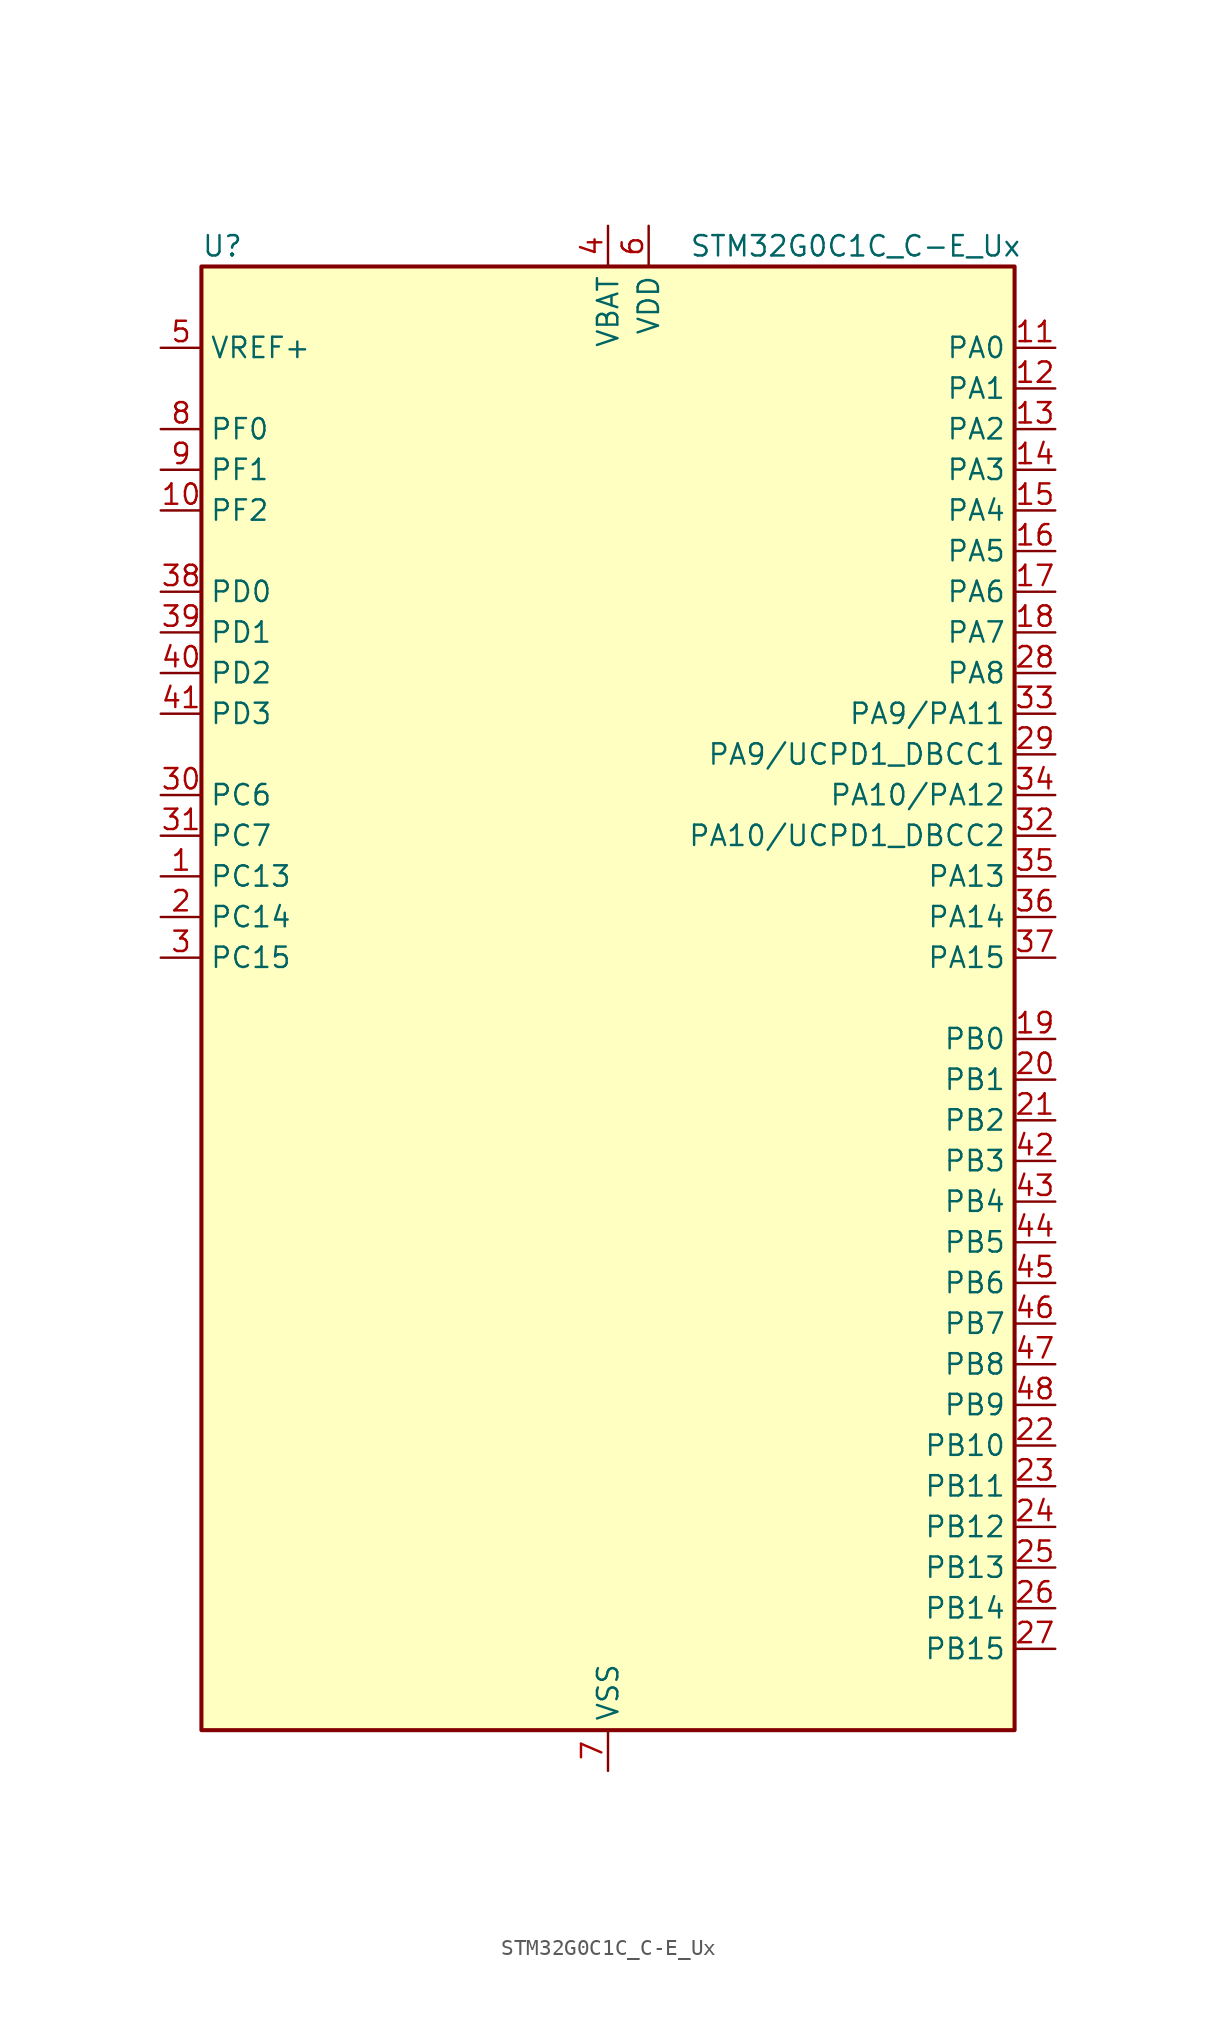
<source format=kicad_sym>
(kicad_symbol_lib
  (version 20231120)
  (generator "kicad-library-utils")
  (generator_version "8.0")
  (symbol "STM32G0C1C_C-E_Ux"
    (property "Reference" "U"
      (at -25.4 46.99 0)
      (effects (font (size 1.27 1.27)) (justify left)))
    (property "Value" "STM32G0C1C_C-E_Ux"
      (at 5.08 46.99 0)
      (effects (font (size 1.27 1.27)) (justify left)))
    (symbol "STM32G0C1C_C-E_Ux_0_1"
      (rectangle (start -25.4 -45.72) (end 25.4 45.72) (stroke (width 0.254) (type default)) (fill (type background))))
    (symbol "STM32G0C1C_C-E_Ux_1_1"
      (pin bidirectional line (at -27.94 7.62 0) (length 2.54) (name "PC13" (effects (font (size 1.27 1.27)))) (number "1" (effects (font (size 1.27 1.27)))) (alternate "RTC_OUT1" bidirectional line) (alternate "RTC_TAMP_IN1" bidirectional line) (alternate "RTC_TS" bidirectional line) (alternate "SYS_WKUP2" bidirectional line) (alternate "TIM1_BK" bidirectional line))
      (pin bidirectional line (at -27.94 30.48 0) (length 2.54) (name "PF2" (effects (font (size 1.27 1.27)))) (number "10" (effects (font (size 1.27 1.27)))) (alternate "LPUART2_DE" bidirectional line) (alternate "LPUART2_RTS" bidirectional line) (alternate "LPUART2_TX" bidirectional line) (alternate "RCC_MCO" bidirectional line))
      (pin bidirectional line (at 27.94 40.64 180) (length 2.54) (name "PA0" (effects (font (size 1.27 1.27)))) (number "11" (effects (font (size 1.27 1.27)))) (alternate "ADC1_IN0" bidirectional line) (alternate "COMP1_INM" bidirectional line) (alternate "COMP1_OUT" bidirectional line) (alternate "I2S2_CK" bidirectional line) (alternate "LPTIM1_OUT" bidirectional line) (alternate "RTC_TAMP_IN2" bidirectional line) (alternate "SPI2_SCK" bidirectional line) (alternate "SYS_WKUP1" bidirectional line) (alternate "TIM2_CH1" bidirectional line) (alternate "TIM2_ETR" bidirectional line) (alternate "UCPD2_FRSTX1" bidirectional line) (alternate "UCPD2_FRSTX2" bidirectional line) (alternate "USART2_CTS" bidirectional line) (alternate "USART2_NSS" bidirectional line) (alternate "USART4_TX" bidirectional line))
      (pin bidirectional line (at 27.94 38.1 180) (length 2.54) (name "PA1" (effects (font (size 1.27 1.27)))) (number "12" (effects (font (size 1.27 1.27)))) (alternate "ADC1_IN1" bidirectional line) (alternate "COMP1_INP" bidirectional line) (alternate "I2C1_SMBA" bidirectional line) (alternate "I2S1_CK" bidirectional line) (alternate "SPI1_SCK" bidirectional line) (alternate "TIM15_CH1N" bidirectional line) (alternate "TIM2_CH2" bidirectional line) (alternate "USART2_CK" bidirectional line) (alternate "USART2_DE" bidirectional line) (alternate "USART2_RTS" bidirectional line) (alternate "USART4_RX" bidirectional line))
      (pin bidirectional line (at 27.94 35.56 180) (length 2.54) (name "PA2" (effects (font (size 1.27 1.27)))) (number "13" (effects (font (size 1.27 1.27)))) (alternate "ADC1_IN2" bidirectional line) (alternate "COMP2_INM" bidirectional line) (alternate "COMP2_OUT" bidirectional line) (alternate "I2S1_SD" bidirectional line) (alternate "LPUART1_TX" bidirectional line) (alternate "RCC_LSCO" bidirectional line) (alternate "SPI1_MOSI" bidirectional line) (alternate "SYS_WKUP4" bidirectional line) (alternate "TIM15_CH1" bidirectional line) (alternate "TIM2_CH3" bidirectional line) (alternate "UCPD1_FRSTX1" bidirectional line) (alternate "UCPD1_FRSTX2" bidirectional line) (alternate "USART2_TX" bidirectional line))
      (pin bidirectional line (at 27.94 33.02 180) (length 2.54) (name "PA3" (effects (font (size 1.27 1.27)))) (number "14" (effects (font (size 1.27 1.27)))) (alternate "ADC1_IN3" bidirectional line) (alternate "COMP2_INP" bidirectional line) (alternate "I2S2_MCK" bidirectional line) (alternate "LPUART1_RX" bidirectional line) (alternate "SPI2_MISO" bidirectional line) (alternate "TIM15_CH2" bidirectional line) (alternate "TIM2_CH4" bidirectional line) (alternate "UCPD2_FRSTX1" bidirectional line) (alternate "UCPD2_FRSTX2" bidirectional line) (alternate "USART2_RX" bidirectional line))
      (pin bidirectional line (at 27.94 30.48 180) (length 2.54) (name "PA4" (effects (font (size 1.27 1.27)))) (number "15" (effects (font (size 1.27 1.27)))) (alternate "ADC1_IN4" bidirectional line) (alternate "DAC1_OUT1" bidirectional line) (alternate "I2S1_WS" bidirectional line) (alternate "I2S2_SD" bidirectional line) (alternate "LPTIM2_OUT" bidirectional line) (alternate "RTC_OUT2" bidirectional line) (alternate "SPI1_NSS" bidirectional line) (alternate "SPI2_MOSI" bidirectional line) (alternate "SPI3_NSS" bidirectional line) (alternate "TIM14_CH1" bidirectional line) (alternate "UCPD2_FRSTX1" bidirectional line) (alternate "UCPD2_FRSTX2" bidirectional line) (alternate "USART6_TX" bidirectional line) (alternate "USB_NOE" bidirectional line))
      (pin bidirectional line (at 27.94 27.94 180) (length 2.54) (name "PA5" (effects (font (size 1.27 1.27)))) (number "16" (effects (font (size 1.27 1.27)))) (alternate "ADC1_IN5" bidirectional line) (alternate "CEC" bidirectional line) (alternate "DAC1_OUT2" bidirectional line) (alternate "I2S1_CK" bidirectional line) (alternate "LPTIM2_ETR" bidirectional line) (alternate "SPI1_SCK" bidirectional line) (alternate "TIM2_CH1" bidirectional line) (alternate "TIM2_ETR" bidirectional line) (alternate "UCPD1_FRSTX1" bidirectional line) (alternate "UCPD1_FRSTX2" bidirectional line) (alternate "USART3_TX" bidirectional line) (alternate "USART6_RX" bidirectional line))
      (pin bidirectional line (at 27.94 25.4 180) (length 2.54) (name "PA6" (effects (font (size 1.27 1.27)))) (number "17" (effects (font (size 1.27 1.27)))) (alternate "ADC1_IN6" bidirectional line) (alternate "COMP1_OUT" bidirectional line) (alternate "I2C2_SDA" bidirectional line) (alternate "I2C3_SDA" bidirectional line) (alternate "I2S1_MCK" bidirectional line) (alternate "LPUART1_CTS" bidirectional line) (alternate "SPI1_MISO" bidirectional line) (alternate "TIM16_CH1" bidirectional line) (alternate "TIM1_BK" bidirectional line) (alternate "TIM3_CH1" bidirectional line) (alternate "USART3_CTS" bidirectional line) (alternate "USART3_NSS" bidirectional line) (alternate "USART6_CTS" bidirectional line) (alternate "USART6_NSS" bidirectional line))
      (pin bidirectional line (at 27.94 22.86 180) (length 2.54) (name "PA7" (effects (font (size 1.27 1.27)))) (number "18" (effects (font (size 1.27 1.27)))) (alternate "ADC1_IN7" bidirectional line) (alternate "COMP2_OUT" bidirectional line) (alternate "I2C2_SCL" bidirectional line) (alternate "I2C3_SCL" bidirectional line) (alternate "I2S1_SD" bidirectional line) (alternate "SPI1_MOSI" bidirectional line) (alternate "TIM14_CH1" bidirectional line) (alternate "TIM17_CH1" bidirectional line) (alternate "TIM1_CH1N" bidirectional line) (alternate "TIM3_CH2" bidirectional line) (alternate "UCPD1_FRSTX1" bidirectional line) (alternate "UCPD1_FRSTX2" bidirectional line) (alternate "USART6_CK" bidirectional line) (alternate "USART6_DE" bidirectional line) (alternate "USART6_RTS" bidirectional line))
      (pin bidirectional line (at 27.94 -2.54 180) (length 2.54) (name "PB0" (effects (font (size 1.27 1.27)))) (number "19" (effects (font (size 1.27 1.27)))) (alternate "ADC1_IN8" bidirectional line) (alternate "COMP1_OUT" bidirectional line) (alternate "COMP3_INP" bidirectional line) (alternate "FDCAN2_RX" bidirectional line) (alternate "I2S1_WS" bidirectional line) (alternate "LPTIM1_OUT" bidirectional line) (alternate "LPUART2_CTS" bidirectional line) (alternate "SPI1_NSS" bidirectional line) (alternate "TIM1_CH2N" bidirectional line) (alternate "TIM3_CH3" bidirectional line) (alternate "UCPD1_FRSTX1" bidirectional line) (alternate "UCPD1_FRSTX2" bidirectional line) (alternate "USART3_RX" bidirectional line) (alternate "USART5_TX" bidirectional line))
      (pin bidirectional line (at -27.94 5.08 0) (length 2.54) (name "PC14" (effects (font (size 1.27 1.27)))) (number "2" (effects (font (size 1.27 1.27)))) (alternate "RCC_OSC32_IN" bidirectional line) (alternate "TIM1_BK2" bidirectional line))
      (pin bidirectional line (at 27.94 -5.08 180) (length 2.54) (name "PB1" (effects (font (size 1.27 1.27)))) (number "20" (effects (font (size 1.27 1.27)))) (alternate "ADC1_IN9" bidirectional line) (alternate "COMP1_INM" bidirectional line) (alternate "COMP3_OUT" bidirectional line) (alternate "FDCAN2_TX" bidirectional line) (alternate "LPTIM2_IN1" bidirectional line) (alternate "LPUART1_DE" bidirectional line) (alternate "LPUART1_RTS" bidirectional line) (alternate "LPUART2_DE" bidirectional line) (alternate "LPUART2_RTS" bidirectional line) (alternate "TIM14_CH1" bidirectional line) (alternate "TIM1_CH3N" bidirectional line) (alternate "TIM3_CH4" bidirectional line) (alternate "USART3_CK" bidirectional line) (alternate "USART3_DE" bidirectional line) (alternate "USART3_RTS" bidirectional line) (alternate "USART5_RX" bidirectional line))
      (pin bidirectional line (at 27.94 -7.62 180) (length 2.54) (name "PB2" (effects (font (size 1.27 1.27)))) (number "21" (effects (font (size 1.27 1.27)))) (alternate "ADC1_IN10" bidirectional line) (alternate "COMP1_INP" bidirectional line) (alternate "COMP3_INM" bidirectional line) (alternate "I2S2_MCK" bidirectional line) (alternate "LPTIM1_OUT" bidirectional line) (alternate "RCC_MCO_2" bidirectional line) (alternate "SPI2_MISO" bidirectional line) (alternate "USART3_TX" bidirectional line))
      (pin bidirectional line (at 27.94 -27.94 180) (length 2.54) (name "PB10" (effects (font (size 1.27 1.27)))) (number "22" (effects (font (size 1.27 1.27)))) (alternate "ADC1_IN11" bidirectional line) (alternate "CEC" bidirectional line) (alternate "COMP1_OUT" bidirectional line) (alternate "I2C2_SCL" bidirectional line) (alternate "I2S2_CK" bidirectional line) (alternate "LPUART1_RX" bidirectional line) (alternate "SPI2_SCK" bidirectional line) (alternate "TIM2_CH3" bidirectional line) (alternate "USART3_TX" bidirectional line))
      (pin bidirectional line (at 27.94 -30.48 180) (length 2.54) (name "PB11" (effects (font (size 1.27 1.27)))) (number "23" (effects (font (size 1.27 1.27)))) (alternate "ADC1_EXTI11" bidirectional line) (alternate "ADC1_IN15" bidirectional line) (alternate "COMP2_OUT" bidirectional line) (alternate "I2C2_SDA" bidirectional line) (alternate "I2S2_SD" bidirectional line) (alternate "LPUART1_TX" bidirectional line) (alternate "SPI2_MOSI" bidirectional line) (alternate "TIM2_CH4" bidirectional line) (alternate "USART3_RX" bidirectional line))
      (pin bidirectional line (at 27.94 -33.02 180) (length 2.54) (name "PB12" (effects (font (size 1.27 1.27)))) (number "24" (effects (font (size 1.27 1.27)))) (alternate "ADC1_IN16" bidirectional line) (alternate "FDCAN2_RX" bidirectional line) (alternate "I2C2_SMBA" bidirectional line) (alternate "I2S2_WS" bidirectional line) (alternate "LPUART1_DE" bidirectional line) (alternate "LPUART1_RTS" bidirectional line) (alternate "SPI2_NSS" bidirectional line) (alternate "TIM15_BK" bidirectional line) (alternate "TIM1_BK" bidirectional line) (alternate "UCPD2_FRSTX1" bidirectional line) (alternate "UCPD2_FRSTX2" bidirectional line))
      (pin bidirectional line (at 27.94 -35.56 180) (length 2.54) (name "PB13" (effects (font (size 1.27 1.27)))) (number "25" (effects (font (size 1.27 1.27)))) (alternate "FDCAN2_TX" bidirectional line) (alternate "I2C2_SCL" bidirectional line) (alternate "I2S2_CK" bidirectional line) (alternate "LPUART1_CTS" bidirectional line) (alternate "SPI2_SCK" bidirectional line) (alternate "TIM15_CH1N" bidirectional line) (alternate "TIM1_CH1N" bidirectional line) (alternate "USART3_CTS" bidirectional line) (alternate "USART3_NSS" bidirectional line))
      (pin bidirectional line (at 27.94 -38.1 180) (length 2.54) (name "PB14" (effects (font (size 1.27 1.27)))) (number "26" (effects (font (size 1.27 1.27)))) (alternate "I2C2_SDA" bidirectional line) (alternate "I2S2_MCK" bidirectional line) (alternate "SPI2_MISO" bidirectional line) (alternate "TIM15_CH1" bidirectional line) (alternate "TIM1_CH2N" bidirectional line) (alternate "UCPD1_FRSTX1" bidirectional line) (alternate "UCPD1_FRSTX2" bidirectional line) (alternate "USART3_CK" bidirectional line) (alternate "USART3_DE" bidirectional line) (alternate "USART3_RTS" bidirectional line) (alternate "USART6_CK" bidirectional line) (alternate "USART6_DE" bidirectional line) (alternate "USART6_RTS" bidirectional line))
      (pin bidirectional line (at 27.94 -40.64 180) (length 2.54) (name "PB15" (effects (font (size 1.27 1.27)))) (number "27" (effects (font (size 1.27 1.27)))) (alternate "I2S2_SD" bidirectional line) (alternate "RTC_REFIN" bidirectional line) (alternate "SPI2_MOSI" bidirectional line) (alternate "TIM15_CH1N" bidirectional line) (alternate "TIM15_CH2" bidirectional line) (alternate "TIM1_CH3N" bidirectional line) (alternate "UCPD1_CC2" bidirectional line) (alternate "USART6_CTS" bidirectional line) (alternate "USART6_NSS" bidirectional line))
      (pin bidirectional line (at 27.94 20.32 180) (length 2.54) (name "PA8" (effects (font (size 1.27 1.27)))) (number "28" (effects (font (size 1.27 1.27)))) (alternate "CRS1_SYNC" bidirectional line) (alternate "I2C2_SMBA" bidirectional line) (alternate "I2S2_WS" bidirectional line) (alternate "LPTIM2_OUT" bidirectional line) (alternate "RCC_MCO" bidirectional line) (alternate "SPI2_NSS" bidirectional line) (alternate "TIM1_CH1" bidirectional line) (alternate "UCPD1_CC1" bidirectional line))
      (pin bidirectional line (at 27.94 15.24 180) (length 2.54) (name "PA9/UCPD1_DBCC1" (effects (font (size 1.27 1.27)))) (number "29" (effects (font (size 1.27 1.27)))) (alternate "PA9" bidirectional line) (alternate "DAC1_EXTI9 (PA9)" bidirectional line) (alternate "I2C1_SCL (PA9)" bidirectional line) (alternate "I2C2_SCL (PA9)" bidirectional line) (alternate "I2S2_MCK (PA9)" bidirectional line) (alternate "RCC_MCO (PA9)" bidirectional line) (alternate "SPI2_MISO (PA9)" bidirectional line) (alternate "TIM15_BK (PA9)" bidirectional line) (alternate "TIM1_CH2 (PA9)" bidirectional line) (alternate "UCPD1_DBCC1 (PA9)" bidirectional line) (alternate "USART1_TX (PA9)" bidirectional line) (alternate "UCPD1_DBCC1" bidirectional line) (alternate "UCPD1_DBCC1 (UCPD1_DBCC1)" bidirectional line))
      (pin bidirectional line (at -27.94 2.54 0) (length 2.54) (name "PC15" (effects (font (size 1.27 1.27)))) (number "3" (effects (font (size 1.27 1.27)))) (alternate "RCC_OSC32_EN" bidirectional line) (alternate "RCC_OSC32_OUT" bidirectional line) (alternate "RCC_OSC_EN" bidirectional line) (alternate "TIM15_BK" bidirectional line))
      (pin bidirectional line (at -27.94 12.7 0) (length 2.54) (name "PC6" (effects (font (size 1.27 1.27)))) (number "30" (effects (font (size 1.27 1.27)))) (alternate "LPUART2_TX" bidirectional line) (alternate "TIM2_CH3" bidirectional line) (alternate "TIM3_CH1" bidirectional line) (alternate "UCPD1_FRSTX1" bidirectional line) (alternate "UCPD1_FRSTX2" bidirectional line))
      (pin bidirectional line (at -27.94 10.16 0) (length 2.54) (name "PC7" (effects (font (size 1.27 1.27)))) (number "31" (effects (font (size 1.27 1.27)))) (alternate "LPUART2_RX" bidirectional line) (alternate "TIM2_CH4" bidirectional line) (alternate "TIM3_CH2" bidirectional line) (alternate "UCPD2_FRSTX1" bidirectional line) (alternate "UCPD2_FRSTX2" bidirectional line))
      (pin bidirectional line (at 27.94 10.16 180) (length 2.54) (name "PA10/UCPD1_DBCC2" (effects (font (size 1.27 1.27)))) (number "32" (effects (font (size 1.27 1.27)))) (alternate "PA10" bidirectional line) (alternate "I2C1_SDA (PA10)" bidirectional line) (alternate "I2C2_SDA (PA10)" bidirectional line) (alternate "I2S2_SD (PA10)" bidirectional line) (alternate "RCC_MCO_2 (PA10)" bidirectional line) (alternate "SPI2_MOSI (PA10)" bidirectional line) (alternate "TIM17_BK (PA10)" bidirectional line) (alternate "TIM1_CH3 (PA10)" bidirectional line) (alternate "UCPD1_DBCC2 (PA10)" bidirectional line) (alternate "USART1_RX (PA10)" bidirectional line) (alternate "UCPD1_DBCC2" bidirectional line) (alternate "UCPD1_DBCC2 (UCPD1_DBCC2)" bidirectional line))
      (pin bidirectional line (at 27.94 17.78 180) (length 2.54) (name "PA9/PA11" (effects (font (size 1.27 1.27)))) (number "33" (effects (font (size 1.27 1.27)))) (alternate "PA9" bidirectional line) (alternate "DAC1_EXTI9 (PA9)" bidirectional line) (alternate "I2C1_SCL (PA9)" bidirectional line) (alternate "I2C2_SCL (PA9)" bidirectional line) (alternate "I2S2_MCK (PA9)" bidirectional line) (alternate "RCC_MCO (PA9)" bidirectional line) (alternate "SPI2_MISO (PA9)" bidirectional line) (alternate "TIM15_BK (PA9)" bidirectional line) (alternate "TIM1_CH2 (PA9)" bidirectional line) (alternate "UCPD1_DBCC1 (PA9)" bidirectional line) (alternate "USART1_TX (PA9)" bidirectional line) (alternate "PA11" bidirectional line) (alternate "ADC1_EXTI11 (PA11)" bidirectional line) (alternate "COMP1_OUT (PA11)" bidirectional line) (alternate "FDCAN1_RX (PA11)" bidirectional line) (alternate "I2C2_SCL (PA11)" bidirectional line) (alternate "I2S1_MCK (PA11)" bidirectional line) (alternate "SPI1_MISO (PA11)" bidirectional line) (alternate "TIM1_BK2 (PA11)" bidirectional line) (alternate "TIM1_CH4 (PA11)" bidirectional line) (alternate "USART1_CTS (PA11)" bidirectional line) (alternate "USART1_NSS (PA11)" bidirectional line) (alternate "USB_DM (PA11)" bidirectional line))
      (pin bidirectional line (at 27.94 12.7 180) (length 2.54) (name "PA10/PA12" (effects (font (size 1.27 1.27)))) (number "34" (effects (font (size 1.27 1.27)))) (alternate "PA10" bidirectional line) (alternate "I2C1_SDA (PA10)" bidirectional line) (alternate "I2C2_SDA (PA10)" bidirectional line) (alternate "I2S2_SD (PA10)" bidirectional line) (alternate "RCC_MCO_2 (PA10)" bidirectional line) (alternate "SPI2_MOSI (PA10)" bidirectional line) (alternate "TIM17_BK (PA10)" bidirectional line) (alternate "TIM1_CH3 (PA10)" bidirectional line) (alternate "UCPD1_DBCC2 (PA10)" bidirectional line) (alternate "USART1_RX (PA10)" bidirectional line) (alternate "PA12" bidirectional line) (alternate "COMP2_OUT (PA12)" bidirectional line) (alternate "FDCAN1_TX (PA12)" bidirectional line) (alternate "I2C2_SDA (PA12)" bidirectional line) (alternate "I2S1_SD (PA12)" bidirectional line) (alternate "I2S_CKIN (PA12)" bidirectional line) (alternate "SPI1_MOSI (PA12)" bidirectional line) (alternate "TIM1_ETR (PA12)" bidirectional line) (alternate "USART1_CK (PA12)" bidirectional line) (alternate "USART1_DE (PA12)" bidirectional line) (alternate "USART1_RTS (PA12)" bidirectional line) (alternate "USB_DP (PA12)" bidirectional line))
      (pin bidirectional line (at 27.94 7.62 180) (length 2.54) (name "PA13" (effects (font (size 1.27 1.27)))) (number "35" (effects (font (size 1.27 1.27)))) (alternate "IR_OUT" bidirectional line) (alternate "LPUART2_RX" bidirectional line) (alternate "SYS_SWDIO" bidirectional line) (alternate "USB_NOE" bidirectional line))
      (pin bidirectional line (at 27.94 5.08 180) (length 2.54) (name "PA14" (effects (font (size 1.27 1.27)))) (number "36" (effects (font (size 1.27 1.27)))) (alternate "LPUART2_TX" bidirectional line) (alternate "SYS_SWCLK" bidirectional line) (alternate "USART2_TX" bidirectional line))
      (pin bidirectional line (at 27.94 2.54 180) (length 2.54) (name "PA15" (effects (font (size 1.27 1.27)))) (number "37" (effects (font (size 1.27 1.27)))) (alternate "I2C2_SMBA" bidirectional line) (alternate "I2S1_WS" bidirectional line) (alternate "RCC_MCO_2" bidirectional line) (alternate "SPI1_NSS" bidirectional line) (alternate "SPI3_NSS" bidirectional line) (alternate "TIM2_CH1" bidirectional line) (alternate "TIM2_ETR" bidirectional line) (alternate "USART2_RX" bidirectional line) (alternate "USART3_CK" bidirectional line) (alternate "USART3_DE" bidirectional line) (alternate "USART3_RTS" bidirectional line) (alternate "USART4_CK" bidirectional line) (alternate "USART4_DE" bidirectional line) (alternate "USART4_RTS" bidirectional line) (alternate "USB_NOE" bidirectional line))
      (pin bidirectional line (at -27.94 25.4 0) (length 2.54) (name "PD0" (effects (font (size 1.27 1.27)))) (number "38" (effects (font (size 1.27 1.27)))) (alternate "FDCAN1_RX" bidirectional line) (alternate "I2S2_WS" bidirectional line) (alternate "SPI2_NSS" bidirectional line) (alternate "TIM16_CH1" bidirectional line) (alternate "UCPD2_CC1" bidirectional line))
      (pin bidirectional line (at -27.94 22.86 0) (length 2.54) (name "PD1" (effects (font (size 1.27 1.27)))) (number "39" (effects (font (size 1.27 1.27)))) (alternate "FDCAN1_TX" bidirectional line) (alternate "I2S2_CK" bidirectional line) (alternate "SPI2_SCK" bidirectional line) (alternate "TIM17_CH1" bidirectional line) (alternate "UCPD2_DBCC1" bidirectional line))
      (pin power_in line (at 0 48.26 270) (length 2.54) (name "VBAT" (effects (font (size 1.27 1.27)))) (number "4" (effects (font (size 1.27 1.27)))))
      (pin bidirectional line (at -27.94 20.32 0) (length 2.54) (name "PD2" (effects (font (size 1.27 1.27)))) (number "40" (effects (font (size 1.27 1.27)))) (alternate "TIM1_CH1N" bidirectional line) (alternate "TIM3_ETR" bidirectional line) (alternate "UCPD2_CC2" bidirectional line) (alternate "USART3_CK" bidirectional line) (alternate "USART3_DE" bidirectional line) (alternate "USART3_RTS" bidirectional line) (alternate "USART5_RX" bidirectional line))
      (pin bidirectional line (at -27.94 17.78 0) (length 2.54) (name "PD3" (effects (font (size 1.27 1.27)))) (number "41" (effects (font (size 1.27 1.27)))) (alternate "I2S2_MCK" bidirectional line) (alternate "SPI2_MISO" bidirectional line) (alternate "TIM1_CH2N" bidirectional line) (alternate "UCPD2_DBCC2" bidirectional line) (alternate "USART2_CTS" bidirectional line) (alternate "USART2_NSS" bidirectional line) (alternate "USART5_TX" bidirectional line))
      (pin bidirectional line (at 27.94 -10.16 180) (length 2.54) (name "PB3" (effects (font (size 1.27 1.27)))) (number "42" (effects (font (size 1.27 1.27)))) (alternate "COMP2_INM" bidirectional line) (alternate "I2C2_SCL" bidirectional line) (alternate "I2C3_SCL" bidirectional line) (alternate "I2S1_CK" bidirectional line) (alternate "SPI1_SCK" bidirectional line) (alternate "SPI3_SCK" bidirectional line) (alternate "TIM1_CH2" bidirectional line) (alternate "TIM2_CH2" bidirectional line) (alternate "USART1_CK" bidirectional line) (alternate "USART1_DE" bidirectional line) (alternate "USART1_RTS" bidirectional line) (alternate "USART5_TX" bidirectional line))
      (pin bidirectional line (at 27.94 -12.7 180) (length 2.54) (name "PB4" (effects (font (size 1.27 1.27)))) (number "43" (effects (font (size 1.27 1.27)))) (alternate "COMP2_INP" bidirectional line) (alternate "I2C2_SDA" bidirectional line) (alternate "I2C3_SDA" bidirectional line) (alternate "I2S1_MCK" bidirectional line) (alternate "SPI1_MISO" bidirectional line) (alternate "SPI3_MISO" bidirectional line) (alternate "TIM17_BK" bidirectional line) (alternate "TIM3_CH1" bidirectional line) (alternate "USART1_CTS" bidirectional line) (alternate "USART1_NSS" bidirectional line) (alternate "USART5_RX" bidirectional line))
      (pin bidirectional line (at 27.94 -15.24 180) (length 2.54) (name "PB5" (effects (font (size 1.27 1.27)))) (number "44" (effects (font (size 1.27 1.27)))) (alternate "COMP2_OUT" bidirectional line) (alternate "FDCAN2_RX" bidirectional line) (alternate "I2C1_SMBA" bidirectional line) (alternate "I2S1_SD" bidirectional line) (alternate "LPTIM1_IN1" bidirectional line) (alternate "SPI1_MOSI" bidirectional line) (alternate "SPI3_MOSI" bidirectional line) (alternate "SYS_WKUP6" bidirectional line) (alternate "TIM16_BK" bidirectional line) (alternate "TIM3_CH2" bidirectional line) (alternate "USART5_CK" bidirectional line) (alternate "USART5_DE" bidirectional line) (alternate "USART5_RTS" bidirectional line))
      (pin bidirectional line (at 27.94 -17.78 180) (length 2.54) (name "PB6" (effects (font (size 1.27 1.27)))) (number "45" (effects (font (size 1.27 1.27)))) (alternate "COMP2_INP" bidirectional line) (alternate "FDCAN2_TX" bidirectional line) (alternate "I2C1_SCL" bidirectional line) (alternate "I2S2_MCK" bidirectional line) (alternate "LPTIM1_ETR" bidirectional line) (alternate "LPUART2_TX" bidirectional line) (alternate "SPI2_MISO" bidirectional line) (alternate "TIM16_CH1N" bidirectional line) (alternate "TIM1_CH3" bidirectional line) (alternate "TIM4_CH1" bidirectional line) (alternate "USART1_TX" bidirectional line) (alternate "USART5_CTS" bidirectional line) (alternate "USART5_NSS" bidirectional line))
      (pin bidirectional line (at 27.94 -20.32 180) (length 2.54) (name "PB7" (effects (font (size 1.27 1.27)))) (number "46" (effects (font (size 1.27 1.27)))) (alternate "COMP2_INM" bidirectional line) (alternate "I2C1_SDA" bidirectional line) (alternate "I2S2_SD" bidirectional line) (alternate "LPTIM1_IN2" bidirectional line) (alternate "LPUART2_RX" bidirectional line) (alternate "SPI2_MOSI" bidirectional line) (alternate "SYS_PVD_IN" bidirectional line) (alternate "TIM17_CH1N" bidirectional line) (alternate "TIM4_CH2" bidirectional line) (alternate "USART1_RX" bidirectional line) (alternate "USART4_CTS" bidirectional line) (alternate "USART4_NSS" bidirectional line))
      (pin bidirectional line (at 27.94 -22.86 180) (length 2.54) (name "PB8" (effects (font (size 1.27 1.27)))) (number "47" (effects (font (size 1.27 1.27)))) (alternate "CEC" bidirectional line) (alternate "FDCAN1_RX" bidirectional line) (alternate "I2C1_SCL" bidirectional line) (alternate "I2S2_CK" bidirectional line) (alternate "SPI2_SCK" bidirectional line) (alternate "TIM15_BK" bidirectional line) (alternate "TIM16_CH1" bidirectional line) (alternate "TIM4_CH3" bidirectional line) (alternate "USART3_TX" bidirectional line) (alternate "USART6_TX" bidirectional line))
      (pin bidirectional line (at 27.94 -25.4 180) (length 2.54) (name "PB9" (effects (font (size 1.27 1.27)))) (number "48" (effects (font (size 1.27 1.27)))) (alternate "DAC1_EXTI9" bidirectional line) (alternate "FDCAN1_TX" bidirectional line) (alternate "I2C1_SDA" bidirectional line) (alternate "I2S2_WS" bidirectional line) (alternate "IR_OUT" bidirectional line) (alternate "SPI2_NSS" bidirectional line) (alternate "TIM17_CH1" bidirectional line) (alternate "TIM4_CH4" bidirectional line) (alternate "UCPD2_FRSTX1" bidirectional line) (alternate "UCPD2_FRSTX2" bidirectional line) (alternate "USART3_RX" bidirectional line) (alternate "USART6_RX" bidirectional line))
      (pin passive line (at 0 -48.26 90) (length 2.54) hide (name "VSS" (effects (font (size 1.27 1.27)))) (number "49" (effects (font (size 1.27 1.27)))))
      (pin input line (at -27.94 40.64 0) (length 2.54) (name "VREF+" (effects (font (size 1.27 1.27)))) (number "5" (effects (font (size 1.27 1.27)))) (alternate "VREFBUF_OUT" bidirectional line))
      (pin power_in line (at 2.54 48.26 270) (length 2.54) (name "VDD" (effects (font (size 1.27 1.27)))) (number "6" (effects (font (size 1.27 1.27)))))
      (pin power_in line (at 0 -48.26 90) (length 2.54) (name "VSS" (effects (font (size 1.27 1.27)))) (number "7" (effects (font (size 1.27 1.27)))))
      (pin bidirectional line (at -27.94 35.56 0) (length 2.54) (name "PF0" (effects (font (size 1.27 1.27)))) (number "8" (effects (font (size 1.27 1.27)))) (alternate "CRS1_SYNC" bidirectional line) (alternate "RCC_OSC_IN" bidirectional line) (alternate "TIM14_CH1" bidirectional line))
      (pin bidirectional line (at -27.94 33.02 0) (length 2.54) (name "PF1" (effects (font (size 1.27 1.27)))) (number "9" (effects (font (size 1.27 1.27)))) (alternate "RCC_OSC_EN" bidirectional line) (alternate "RCC_OSC_OUT" bidirectional line) (alternate "TIM15_CH1N" bidirectional line)))))
</source>
